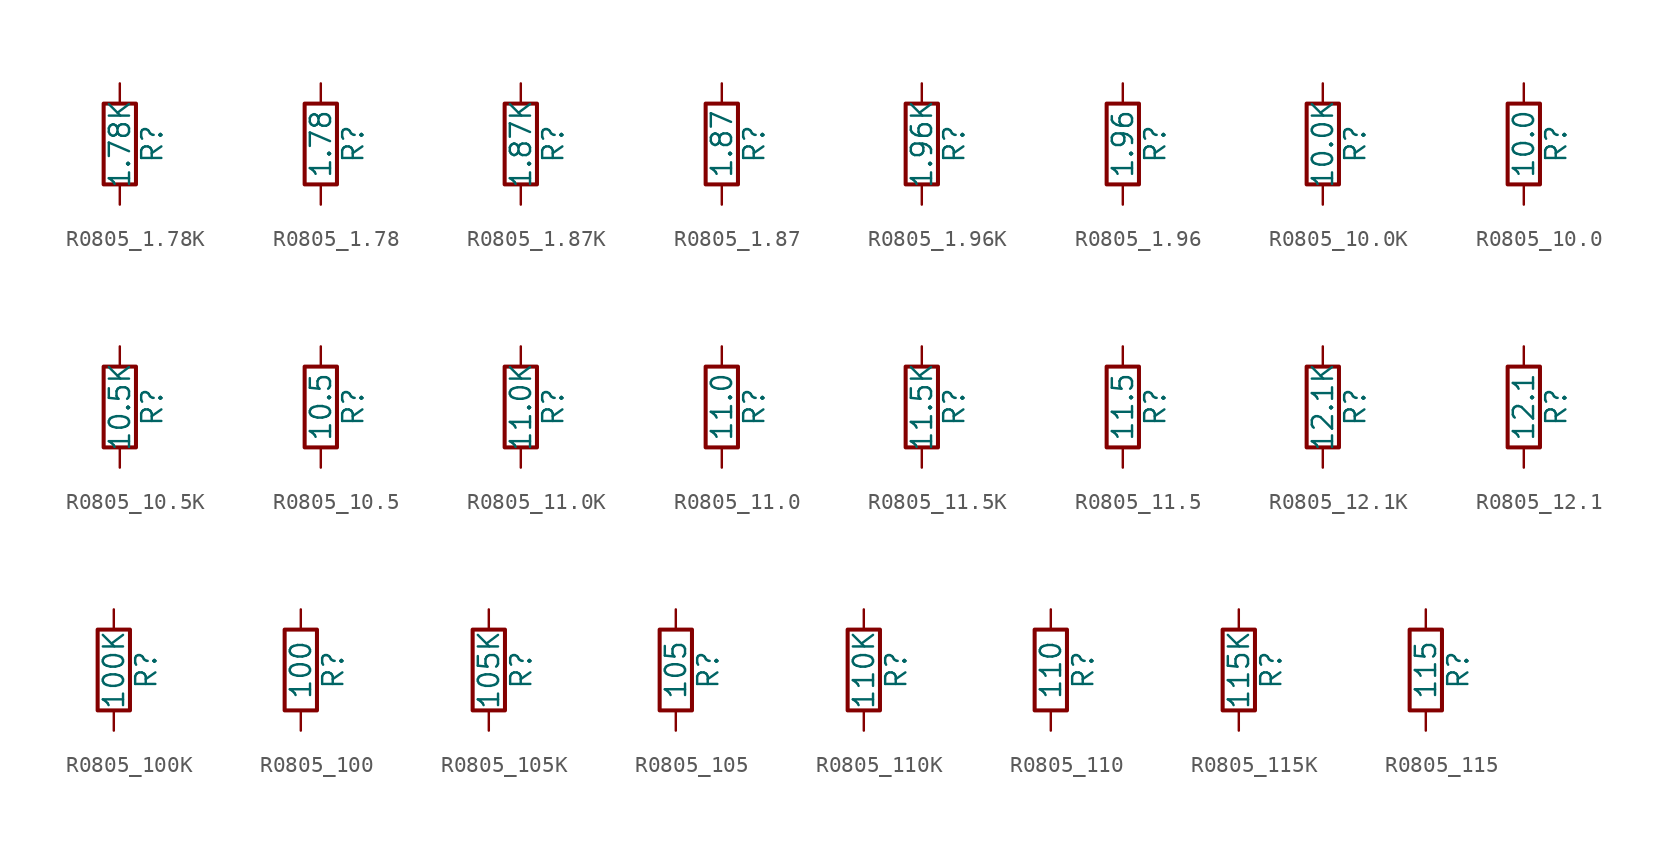
<source format=kicad_sym>
(kicad_symbol_lib
  (version 20211014)
  (generator atlantix-eda)
  (symbol "R0805_1.78K"
    (pin_numbers hide)
    (pin_names
      (offset 0))
    (property "Reference" "R"
      (at 2.032 0 90)
      (effects (font (size 1.27 1.27))))
    (property "Value" "1.78K"
      (at 0 0 90)
      (effects (font (size 1.27 1.27))))
    (symbol "R0805_1.78K_0_1"
      (rectangle (start -1.016 -2.54) (end 1.016 2.54) (stroke (width 0.254) (type default) (color 0 0 0 0)) (fill (type none))))
    (symbol "R0805_1.78K_1_1"
      (pin passive line (at 0 3.81 270) (length 1.27) (name "~" (effects (font (size 1.27 1.27)))) (number "1" (effects (font (size 1.27 1.27)))))
      (pin passive line (at 0 -3.81 90) (length 1.27) (name "~" (effects (font (size 1.27 1.27)))) (number "2" (effects (font (size 1.27 1.27)))))))
  (symbol "R0805_1.78"
    (pin_numbers hide)
    (pin_names
      (offset 0))
    (property "Reference" "R"
      (at 2.032 0 90)
      (effects (font (size 1.27 1.27))))
    (property "Value" "1.78"
      (at 0 0 90)
      (effects (font (size 1.27 1.27))))
    (symbol "R0805_1.78_0_1"
      (rectangle (start -1.016 -2.54) (end 1.016 2.54) (stroke (width 0.254) (type default) (color 0 0 0 0)) (fill (type none))))
    (symbol "R0805_1.78_1_1"
      (pin passive line (at 0 3.81 270) (length 1.27) (name "~" (effects (font (size 1.27 1.27)))) (number "1" (effects (font (size 1.27 1.27)))))
      (pin passive line (at 0 -3.81 90) (length 1.27) (name "~" (effects (font (size 1.27 1.27)))) (number "2" (effects (font (size 1.27 1.27)))))))
  (symbol "R0805_1.87K"
    (pin_numbers hide)
    (pin_names
      (offset 0))
    (property "Reference" "R"
      (at 2.032 0 90)
      (effects (font (size 1.27 1.27))))
    (property "Value" "1.87K"
      (at 0 0 90)
      (effects (font (size 1.27 1.27))))
    (symbol "R0805_1.87K_0_1"
      (rectangle (start -1.016 -2.54) (end 1.016 2.54) (stroke (width 0.254) (type default) (color 0 0 0 0)) (fill (type none))))
    (symbol "R0805_1.87K_1_1"
      (pin passive line (at 0 3.81 270) (length 1.27) (name "~" (effects (font (size 1.27 1.27)))) (number "1" (effects (font (size 1.27 1.27)))))
      (pin passive line (at 0 -3.81 90) (length 1.27) (name "~" (effects (font (size 1.27 1.27)))) (number "2" (effects (font (size 1.27 1.27)))))))
  (symbol "R0805_1.87"
    (pin_numbers hide)
    (pin_names
      (offset 0))
    (property "Reference" "R"
      (at 2.032 0 90)
      (effects (font (size 1.27 1.27))))
    (property "Value" "1.87"
      (at 0 0 90)
      (effects (font (size 1.27 1.27))))
    (symbol "R0805_1.87_0_1"
      (rectangle (start -1.016 -2.54) (end 1.016 2.54) (stroke (width 0.254) (type default) (color 0 0 0 0)) (fill (type none))))
    (symbol "R0805_1.87_1_1"
      (pin passive line (at 0 3.81 270) (length 1.27) (name "~" (effects (font (size 1.27 1.27)))) (number "1" (effects (font (size 1.27 1.27)))))
      (pin passive line (at 0 -3.81 90) (length 1.27) (name "~" (effects (font (size 1.27 1.27)))) (number "2" (effects (font (size 1.27 1.27)))))))
  (symbol "R0805_1.96K"
    (pin_numbers hide)
    (pin_names
      (offset 0))
    (property "Reference" "R"
      (at 2.032 0 90)
      (effects (font (size 1.27 1.27))))
    (property "Value" "1.96K"
      (at 0 0 90)
      (effects (font (size 1.27 1.27))))
    (symbol "R0805_1.96K_0_1"
      (rectangle (start -1.016 -2.54) (end 1.016 2.54) (stroke (width 0.254) (type default) (color 0 0 0 0)) (fill (type none))))
    (symbol "R0805_1.96K_1_1"
      (pin passive line (at 0 3.81 270) (length 1.27) (name "~" (effects (font (size 1.27 1.27)))) (number "1" (effects (font (size 1.27 1.27)))))
      (pin passive line (at 0 -3.81 90) (length 1.27) (name "~" (effects (font (size 1.27 1.27)))) (number "2" (effects (font (size 1.27 1.27)))))))
  (symbol "R0805_1.96"
    (pin_numbers hide)
    (pin_names
      (offset 0))
    (property "Reference" "R"
      (at 2.032 0 90)
      (effects (font (size 1.27 1.27))))
    (property "Value" "1.96"
      (at 0 0 90)
      (effects (font (size 1.27 1.27))))
    (symbol "R0805_1.96_0_1"
      (rectangle (start -1.016 -2.54) (end 1.016 2.54) (stroke (width 0.254) (type default) (color 0 0 0 0)) (fill (type none))))
    (symbol "R0805_1.96_1_1"
      (pin passive line (at 0 3.81 270) (length 1.27) (name "~" (effects (font (size 1.27 1.27)))) (number "1" (effects (font (size 1.27 1.27)))))
      (pin passive line (at 0 -3.81 90) (length 1.27) (name "~" (effects (font (size 1.27 1.27)))) (number "2" (effects (font (size 1.27 1.27)))))))
  (symbol "R0805_10.0K"
    (pin_numbers hide)
    (pin_names
      (offset 0))
    (property "Reference" "R"
      (at 2.032 0 90)
      (effects (font (size 1.27 1.27))))
    (property "Value" "10.0K"
      (at 0 0 90)
      (effects (font (size 1.27 1.27))))
    (symbol "R0805_10.0K_0_1"
      (rectangle (start -1.016 -2.54) (end 1.016 2.54) (stroke (width 0.254) (type default) (color 0 0 0 0)) (fill (type none))))
    (symbol "R0805_10.0K_1_1"
      (pin passive line (at 0 3.81 270) (length 1.27) (name "~" (effects (font (size 1.27 1.27)))) (number "1" (effects (font (size 1.27 1.27)))))
      (pin passive line (at 0 -3.81 90) (length 1.27) (name "~" (effects (font (size 1.27 1.27)))) (number "2" (effects (font (size 1.27 1.27)))))))
  (symbol "R0805_10.0"
    (pin_numbers hide)
    (pin_names
      (offset 0))
    (property "Reference" "R"
      (at 2.032 0 90)
      (effects (font (size 1.27 1.27))))
    (property "Value" "10.0"
      (at 0 0 90)
      (effects (font (size 1.27 1.27))))
    (symbol "R0805_10.0_0_1"
      (rectangle (start -1.016 -2.54) (end 1.016 2.54) (stroke (width 0.254) (type default) (color 0 0 0 0)) (fill (type none))))
    (symbol "R0805_10.0_1_1"
      (pin passive line (at 0 3.81 270) (length 1.27) (name "~" (effects (font (size 1.27 1.27)))) (number "1" (effects (font (size 1.27 1.27)))))
      (pin passive line (at 0 -3.81 90) (length 1.27) (name "~" (effects (font (size 1.27 1.27)))) (number "2" (effects (font (size 1.27 1.27)))))))
  (symbol "R0805_10.5K"
    (pin_numbers hide)
    (pin_names
      (offset 0))
    (property "Reference" "R"
      (at 2.032 0 90)
      (effects (font (size 1.27 1.27))))
    (property "Value" "10.5K"
      (at 0 0 90)
      (effects (font (size 1.27 1.27))))
    (symbol "R0805_10.5K_0_1"
      (rectangle (start -1.016 -2.54) (end 1.016 2.54) (stroke (width 0.254) (type default) (color 0 0 0 0)) (fill (type none))))
    (symbol "R0805_10.5K_1_1"
      (pin passive line (at 0 3.81 270) (length 1.27) (name "~" (effects (font (size 1.27 1.27)))) (number "1" (effects (font (size 1.27 1.27)))))
      (pin passive line (at 0 -3.81 90) (length 1.27) (name "~" (effects (font (size 1.27 1.27)))) (number "2" (effects (font (size 1.27 1.27)))))))
  (symbol "R0805_10.5"
    (pin_numbers hide)
    (pin_names
      (offset 0))
    (property "Reference" "R"
      (at 2.032 0 90)
      (effects (font (size 1.27 1.27))))
    (property "Value" "10.5"
      (at 0 0 90)
      (effects (font (size 1.27 1.27))))
    (symbol "R0805_10.5_0_1"
      (rectangle (start -1.016 -2.54) (end 1.016 2.54) (stroke (width 0.254) (type default) (color 0 0 0 0)) (fill (type none))))
    (symbol "R0805_10.5_1_1"
      (pin passive line (at 0 3.81 270) (length 1.27) (name "~" (effects (font (size 1.27 1.27)))) (number "1" (effects (font (size 1.27 1.27)))))
      (pin passive line (at 0 -3.81 90) (length 1.27) (name "~" (effects (font (size 1.27 1.27)))) (number "2" (effects (font (size 1.27 1.27)))))))
  (symbol "R0805_11.0K"
    (pin_numbers hide)
    (pin_names
      (offset 0))
    (property "Reference" "R"
      (at 2.032 0 90)
      (effects (font (size 1.27 1.27))))
    (property "Value" "11.0K"
      (at 0 0 90)
      (effects (font (size 1.27 1.27))))
    (symbol "R0805_11.0K_0_1"
      (rectangle (start -1.016 -2.54) (end 1.016 2.54) (stroke (width 0.254) (type default) (color 0 0 0 0)) (fill (type none))))
    (symbol "R0805_11.0K_1_1"
      (pin passive line (at 0 3.81 270) (length 1.27) (name "~" (effects (font (size 1.27 1.27)))) (number "1" (effects (font (size 1.27 1.27)))))
      (pin passive line (at 0 -3.81 90) (length 1.27) (name "~" (effects (font (size 1.27 1.27)))) (number "2" (effects (font (size 1.27 1.27)))))))
  (symbol "R0805_11.0"
    (pin_numbers hide)
    (pin_names
      (offset 0))
    (property "Reference" "R"
      (at 2.032 0 90)
      (effects (font (size 1.27 1.27))))
    (property "Value" "11.0"
      (at 0 0 90)
      (effects (font (size 1.27 1.27))))
    (symbol "R0805_11.0_0_1"
      (rectangle (start -1.016 -2.54) (end 1.016 2.54) (stroke (width 0.254) (type default) (color 0 0 0 0)) (fill (type none))))
    (symbol "R0805_11.0_1_1"
      (pin passive line (at 0 3.81 270) (length 1.27) (name "~" (effects (font (size 1.27 1.27)))) (number "1" (effects (font (size 1.27 1.27)))))
      (pin passive line (at 0 -3.81 90) (length 1.27) (name "~" (effects (font (size 1.27 1.27)))) (number "2" (effects (font (size 1.27 1.27)))))))
  (symbol "R0805_11.5K"
    (pin_numbers hide)
    (pin_names
      (offset 0))
    (property "Reference" "R"
      (at 2.032 0 90)
      (effects (font (size 1.27 1.27))))
    (property "Value" "11.5K"
      (at 0 0 90)
      (effects (font (size 1.27 1.27))))
    (symbol "R0805_11.5K_0_1"
      (rectangle (start -1.016 -2.54) (end 1.016 2.54) (stroke (width 0.254) (type default) (color 0 0 0 0)) (fill (type none))))
    (symbol "R0805_11.5K_1_1"
      (pin passive line (at 0 3.81 270) (length 1.27) (name "~" (effects (font (size 1.27 1.27)))) (number "1" (effects (font (size 1.27 1.27)))))
      (pin passive line (at 0 -3.81 90) (length 1.27) (name "~" (effects (font (size 1.27 1.27)))) (number "2" (effects (font (size 1.27 1.27)))))))
  (symbol "R0805_11.5"
    (pin_numbers hide)
    (pin_names
      (offset 0))
    (property "Reference" "R"
      (at 2.032 0 90)
      (effects (font (size 1.27 1.27))))
    (property "Value" "11.5"
      (at 0 0 90)
      (effects (font (size 1.27 1.27))))
    (symbol "R0805_11.5_0_1"
      (rectangle (start -1.016 -2.54) (end 1.016 2.54) (stroke (width 0.254) (type default) (color 0 0 0 0)) (fill (type none))))
    (symbol "R0805_11.5_1_1"
      (pin passive line (at 0 3.81 270) (length 1.27) (name "~" (effects (font (size 1.27 1.27)))) (number "1" (effects (font (size 1.27 1.27)))))
      (pin passive line (at 0 -3.81 90) (length 1.27) (name "~" (effects (font (size 1.27 1.27)))) (number "2" (effects (font (size 1.27 1.27)))))))
  (symbol "R0805_12.1K"
    (pin_numbers hide)
    (pin_names
      (offset 0))
    (property "Reference" "R"
      (at 2.032 0 90)
      (effects (font (size 1.27 1.27))))
    (property "Value" "12.1K"
      (at 0 0 90)
      (effects (font (size 1.27 1.27))))
    (symbol "R0805_12.1K_0_1"
      (rectangle (start -1.016 -2.54) (end 1.016 2.54) (stroke (width 0.254) (type default) (color 0 0 0 0)) (fill (type none))))
    (symbol "R0805_12.1K_1_1"
      (pin passive line (at 0 3.81 270) (length 1.27) (name "~" (effects (font (size 1.27 1.27)))) (number "1" (effects (font (size 1.27 1.27)))))
      (pin passive line (at 0 -3.81 90) (length 1.27) (name "~" (effects (font (size 1.27 1.27)))) (number "2" (effects (font (size 1.27 1.27)))))))
  (symbol "R0805_12.1"
    (pin_numbers hide)
    (pin_names
      (offset 0))
    (property "Reference" "R"
      (at 2.032 0 90)
      (effects (font (size 1.27 1.27))))
    (property "Value" "12.1"
      (at 0 0 90)
      (effects (font (size 1.27 1.27))))
    (symbol "R0805_12.1_0_1"
      (rectangle (start -1.016 -2.54) (end 1.016 2.54) (stroke (width 0.254) (type default) (color 0 0 0 0)) (fill (type none))))
    (symbol "R0805_12.1_1_1"
      (pin passive line (at 0 3.81 270) (length 1.27) (name "~" (effects (font (size 1.27 1.27)))) (number "1" (effects (font (size 1.27 1.27)))))
      (pin passive line (at 0 -3.81 90) (length 1.27) (name "~" (effects (font (size 1.27 1.27)))) (number "2" (effects (font (size 1.27 1.27)))))))
  (symbol "R0805_100K"
    (pin_numbers hide)
    (pin_names
      (offset 0))
    (property "Reference" "R"
      (at 2.032 0 90)
      (effects (font (size 1.27 1.27))))
    (property "Value" "100K"
      (at 0 0 90)
      (effects (font (size 1.27 1.27))))
    (symbol "R0805_100K_0_1"
      (rectangle (start -1.016 -2.54) (end 1.016 2.54) (stroke (width 0.254) (type default) (color 0 0 0 0)) (fill (type none))))
    (symbol "R0805_100K_1_1"
      (pin passive line (at 0 3.81 270) (length 1.27) (name "~" (effects (font (size 1.27 1.27)))) (number "1" (effects (font (size 1.27 1.27)))))
      (pin passive line (at 0 -3.81 90) (length 1.27) (name "~" (effects (font (size 1.27 1.27)))) (number "2" (effects (font (size 1.27 1.27)))))))
  (symbol "R0805_100"
    (pin_numbers hide)
    (pin_names
      (offset 0))
    (property "Reference" "R"
      (at 2.032 0 90)
      (effects (font (size 1.27 1.27))))
    (property "Value" "100"
      (at 0 0 90)
      (effects (font (size 1.27 1.27))))
    (symbol "R0805_100_0_1"
      (rectangle (start -1.016 -2.54) (end 1.016 2.54) (stroke (width 0.254) (type default) (color 0 0 0 0)) (fill (type none))))
    (symbol "R0805_100_1_1"
      (pin passive line (at 0 3.81 270) (length 1.27) (name "~" (effects (font (size 1.27 1.27)))) (number "1" (effects (font (size 1.27 1.27)))))
      (pin passive line (at 0 -3.81 90) (length 1.27) (name "~" (effects (font (size 1.27 1.27)))) (number "2" (effects (font (size 1.27 1.27)))))))
  (symbol "R0805_105K"
    (pin_numbers hide)
    (pin_names
      (offset 0))
    (property "Reference" "R"
      (at 2.032 0 90)
      (effects (font (size 1.27 1.27))))
    (property "Value" "105K"
      (at 0 0 90)
      (effects (font (size 1.27 1.27))))
    (symbol "R0805_105K_0_1"
      (rectangle (start -1.016 -2.54) (end 1.016 2.54) (stroke (width 0.254) (type default) (color 0 0 0 0)) (fill (type none))))
    (symbol "R0805_105K_1_1"
      (pin passive line (at 0 3.81 270) (length 1.27) (name "~" (effects (font (size 1.27 1.27)))) (number "1" (effects (font (size 1.27 1.27)))))
      (pin passive line (at 0 -3.81 90) (length 1.27) (name "~" (effects (font (size 1.27 1.27)))) (number "2" (effects (font (size 1.27 1.27)))))))
  (symbol "R0805_105"
    (pin_numbers hide)
    (pin_names
      (offset 0))
    (property "Reference" "R"
      (at 2.032 0 90)
      (effects (font (size 1.27 1.27))))
    (property "Value" "105"
      (at 0 0 90)
      (effects (font (size 1.27 1.27))))
    (symbol "R0805_105_0_1"
      (rectangle (start -1.016 -2.54) (end 1.016 2.54) (stroke (width 0.254) (type default) (color 0 0 0 0)) (fill (type none))))
    (symbol "R0805_105_1_1"
      (pin passive line (at 0 3.81 270) (length 1.27) (name "~" (effects (font (size 1.27 1.27)))) (number "1" (effects (font (size 1.27 1.27)))))
      (pin passive line (at 0 -3.81 90) (length 1.27) (name "~" (effects (font (size 1.27 1.27)))) (number "2" (effects (font (size 1.27 1.27)))))))
  (symbol "R0805_110K"
    (pin_numbers hide)
    (pin_names
      (offset 0))
    (property "Reference" "R"
      (at 2.032 0 90)
      (effects (font (size 1.27 1.27))))
    (property "Value" "110K"
      (at 0 0 90)
      (effects (font (size 1.27 1.27))))
    (symbol "R0805_110K_0_1"
      (rectangle (start -1.016 -2.54) (end 1.016 2.54) (stroke (width 0.254) (type default) (color 0 0 0 0)) (fill (type none))))
    (symbol "R0805_110K_1_1"
      (pin passive line (at 0 3.81 270) (length 1.27) (name "~" (effects (font (size 1.27 1.27)))) (number "1" (effects (font (size 1.27 1.27)))))
      (pin passive line (at 0 -3.81 90) (length 1.27) (name "~" (effects (font (size 1.27 1.27)))) (number "2" (effects (font (size 1.27 1.27)))))))
  (symbol "R0805_110"
    (pin_numbers hide)
    (pin_names
      (offset 0))
    (property "Reference" "R"
      (at 2.032 0 90)
      (effects (font (size 1.27 1.27))))
    (property "Value" "110"
      (at 0 0 90)
      (effects (font (size 1.27 1.27))))
    (symbol "R0805_110_0_1"
      (rectangle (start -1.016 -2.54) (end 1.016 2.54) (stroke (width 0.254) (type default) (color 0 0 0 0)) (fill (type none))))
    (symbol "R0805_110_1_1"
      (pin passive line (at 0 3.81 270) (length 1.27) (name "~" (effects (font (size 1.27 1.27)))) (number "1" (effects (font (size 1.27 1.27)))))
      (pin passive line (at 0 -3.81 90) (length 1.27) (name "~" (effects (font (size 1.27 1.27)))) (number "2" (effects (font (size 1.27 1.27)))))))
  (symbol "R0805_115K"
    (pin_numbers hide)
    (pin_names
      (offset 0))
    (property "Reference" "R"
      (at 2.032 0 90)
      (effects (font (size 1.27 1.27))))
    (property "Value" "115K"
      (at 0 0 90)
      (effects (font (size 1.27 1.27))))
    (symbol "R0805_115K_0_1"
      (rectangle (start -1.016 -2.54) (end 1.016 2.54) (stroke (width 0.254) (type default) (color 0 0 0 0)) (fill (type none))))
    (symbol "R0805_115K_1_1"
      (pin passive line (at 0 3.81 270) (length 1.27) (name "~" (effects (font (size 1.27 1.27)))) (number "1" (effects (font (size 1.27 1.27)))))
      (pin passive line (at 0 -3.81 90) (length 1.27) (name "~" (effects (font (size 1.27 1.27)))) (number "2" (effects (font (size 1.27 1.27)))))))
  (symbol "R0805_115"
    (pin_numbers hide)
    (pin_names
      (offset 0))
    (property "Reference" "R"
      (at 2.032 0 90)
      (effects (font (size 1.27 1.27))))
    (property "Value" "115"
      (at 0 0 90)
      (effects (font (size 1.27 1.27))))
    (symbol "R0805_115_0_1"
      (rectangle (start -1.016 -2.54) (end 1.016 2.54) (stroke (width 0.254) (type default) (color 0 0 0 0)) (fill (type none))))
    (symbol "R0805_115_1_1"
      (pin passive line (at 0 3.81 270) (length 1.27) (name "~" (effects (font (size 1.27 1.27)))) (number "1" (effects (font (size 1.27 1.27)))))
      (pin passive line (at 0 -3.81 90) (length 1.27) (name "~" (effects (font (size 1.27 1.27)))) (number "2" (effects (font (size 1.27 1.27))))))))
</source>
